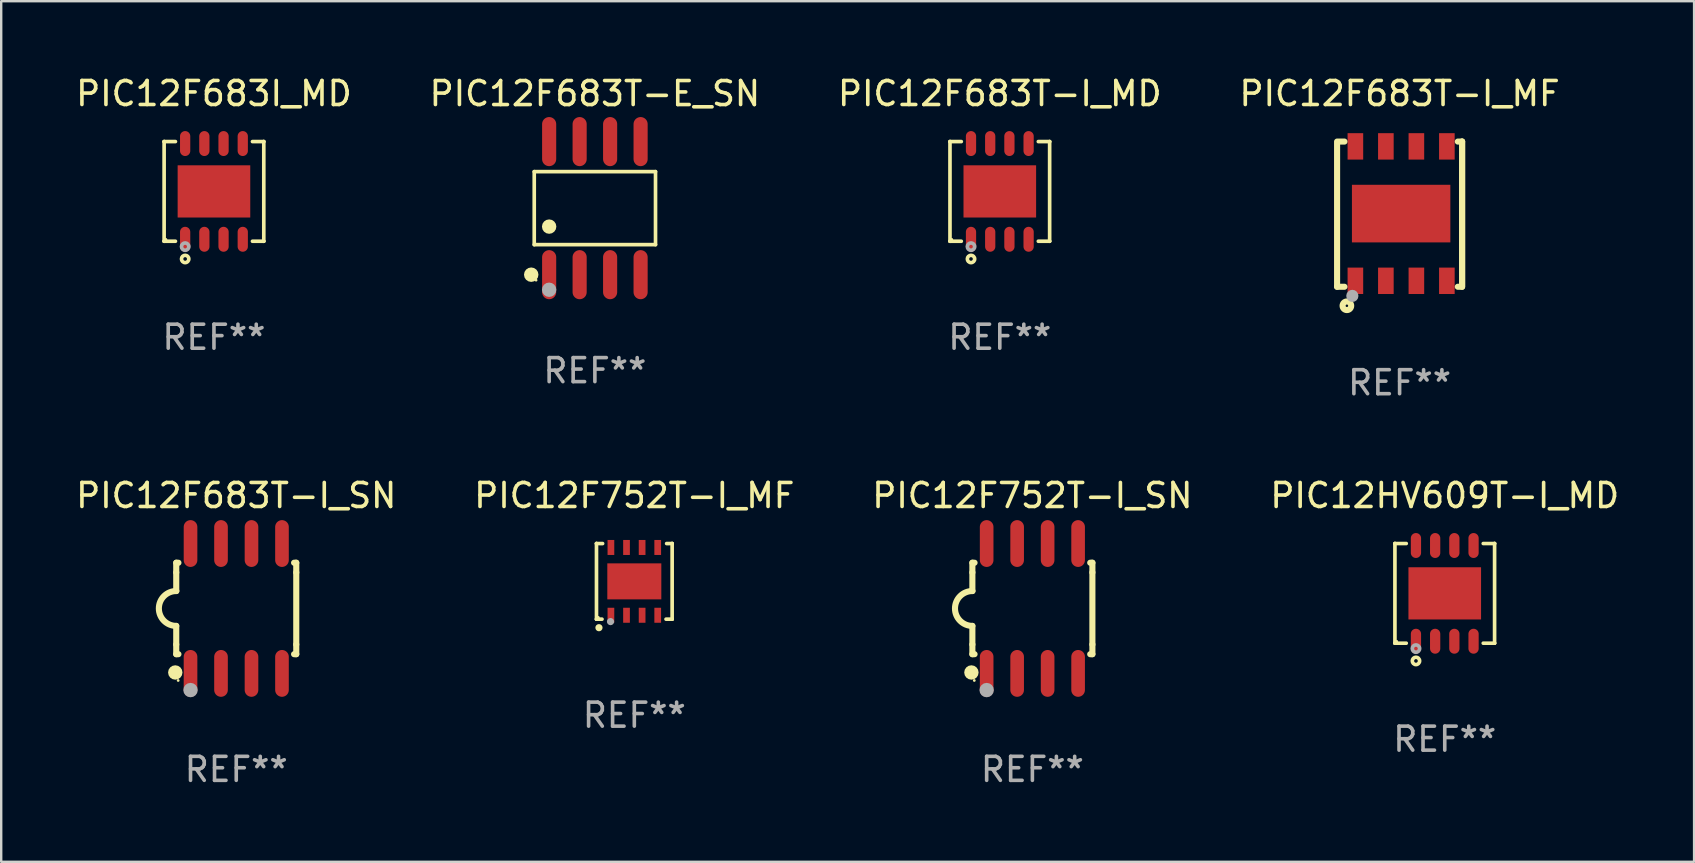
<source format=kicad_pcb>
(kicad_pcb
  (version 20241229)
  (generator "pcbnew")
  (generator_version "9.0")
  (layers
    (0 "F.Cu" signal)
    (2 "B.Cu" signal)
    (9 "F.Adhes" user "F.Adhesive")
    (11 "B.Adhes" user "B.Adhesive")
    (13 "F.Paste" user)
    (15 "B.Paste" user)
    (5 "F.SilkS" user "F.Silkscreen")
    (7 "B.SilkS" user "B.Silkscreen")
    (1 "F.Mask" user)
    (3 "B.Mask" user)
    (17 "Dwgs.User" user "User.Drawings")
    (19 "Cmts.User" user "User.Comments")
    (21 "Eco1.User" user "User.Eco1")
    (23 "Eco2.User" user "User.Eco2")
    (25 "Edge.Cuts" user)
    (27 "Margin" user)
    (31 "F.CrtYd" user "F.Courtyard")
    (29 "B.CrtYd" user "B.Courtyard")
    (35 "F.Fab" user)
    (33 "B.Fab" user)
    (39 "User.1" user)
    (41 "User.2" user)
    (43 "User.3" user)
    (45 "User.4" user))
  (footprint "PIC12F752T-I_MF"
    (layer "F.Cu")
    (at 23.375 21.169)
    (property "Reference" "PIC12F752T-I_MF" (at 0 -3.576 0) (layer "F.SilkS") (effects (font (size 1 1) (thickness 0.15))))
    (attr through_hole)
    (fp_line (start -1.576 -1.576) (end -1.576 -1.576) (stroke (width 0.152) (type solid)) (layer "F.SilkS"))
    (fp_line (start -1.576 -1.576) (end -1.576 1.576) (stroke (width 0.152) (type solid)) (layer "F.SilkS"))
    (fp_line (start -1.576 1.576) (end -1.576 1.576) (stroke (width 0.152) (type solid)) (layer "F.SilkS"))
    (fp_line (start -1.576 1.576) (end -1.346 1.575) (stroke (width 0.152) (type solid)) (layer "F.SilkS"))
    (fp_line (start -1.321 -1.575) (end -1.576 -1.576) (stroke (width 0.152) (type solid)) (layer "F.SilkS"))
    (fp_line (start 1.321 1.575) (end 1.576 1.576) (stroke (width 0.152) (type solid)) (layer "F.SilkS"))
    (fp_line (start 1.576 -1.576) (end 1.346 -1.575) (stroke (width 0.152) (type solid)) (layer "F.SilkS"))
    (fp_line (start 1.576 -1.576) (end 1.576 -1.576) (stroke (width 0.152) (type solid)) (layer "F.SilkS"))
    (fp_line (start 1.576 1.576) (end 1.576 -1.576) (stroke (width 0.152) (type solid)) (layer "F.SilkS"))
    (fp_line (start 1.576 1.576) (end 1.576 1.576) (stroke (width 0.152) (type solid)) (layer "F.SilkS"))
    (fp_circle (center -1.5 1.5) (end -1.47 1.5) (stroke (width 0.06) (type solid)) (fill no) (layer "F.SilkS"))
    (fp_circle (center -1.473 1.93) (end -1.398 1.93) (stroke (width 0.15) (type solid)) (fill no) (layer "F.SilkS"))
    (fp_circle (center -0.991 1.676) (end -0.916 1.676) (stroke (width 0.15) (type solid)) (fill no) (layer "F.Fab"))
    (fp_text user "REF**" (at 0 5.576 0) (layer "F.Fab") (effects (font (size 1 1) (thickness 0.15))))
    (pad "1" smd rect (at -0.975 1.412) (size 0.28 0.625) (layers "F.Cu" "F.Mask" "F.Paste"))
    (pad "2" smd rect (at -0.325 1.412) (size 0.28 0.625) (layers "F.Cu" "F.Mask" "F.Paste"))
    (pad "3" smd rect (at 0.325 1.412) (size 0.28 0.625) (layers "F.Cu" "F.Mask" "F.Paste"))
    (pad "4" smd rect (at 0.975 1.412) (size 0.28 0.625) (layers "F.Cu" "F.Mask" "F.Paste"))
    (pad "5" smd rect (at 0.975 -1.412) (size 0.28 0.625) (layers "F.Cu" "F.Mask" "F.Paste"))
    (pad "6" smd rect (at 0.325 -1.412) (size 0.28 0.625) (layers "F.Cu" "F.Mask" "F.Paste"))
    (pad "7" smd rect (at -0.325 -1.412) (size 0.28 0.625) (layers "F.Cu" "F.Mask" "F.Paste"))
    (pad "8" smd rect (at -0.975 -1.412) (size 0.28 0.625) (layers "F.Cu" "F.Mask" "F.Paste"))
    (pad "9" smd rect (at 0 0) (size 2.25 1.5) (layers "F.Cu" "F.Mask" "F.Paste")))
  (footprint "PIC12F683T-I_MF"
    (layer "F.Cu")
    (at 55.256 5.872)
    (property "Reference" "PIC12F683T-I_MF" (at 0 -5.024 0) (layer "F.SilkS") (effects (font (size 1 1) (thickness 0.15))))
    (attr through_hole)
    (fp_line (start -2.604 -2.945) (end -2.604 3.024) (stroke (width 0.254) (type solid)) (layer "F.SilkS"))
    (fp_line (start -2.604 3.024) (end -2.298 3.024) (stroke (width 0.254) (type solid)) (layer "F.SilkS"))
    (fp_line (start -2.298 -3.024) (end -2.604 -3.024) (stroke (width 0.254) (type solid)) (layer "F.SilkS"))
    (fp_line (start 2.425 3.024) (end 2.604 3.024) (stroke (width 0.254) (type solid)) (layer "F.SilkS"))
    (fp_line (start 2.604 -3.024) (end 2.425 -3.024) (stroke (width 0.254) (type solid)) (layer "F.SilkS"))
    (fp_line (start 2.604 -3.024) (end 2.604 2.976) (stroke (width 0.254) (type solid)) (layer "F.SilkS"))
    (fp_line (start 2.604 3.024) (end 2.604 -3.024) (stroke (width 0.254) (type solid)) (layer "F.SilkS"))
    (fp_circle (center -2.437 2.976) (end -2.407 2.976) (stroke (width 0.06) (type solid)) (fill no) (layer "F.SilkS"))
    (fp_circle (center -2.196 3.816) (end -2.017 3.816) (stroke (width 0.254) (type solid)) (fill no) (layer "F.SilkS"))
    (fp_circle (center -1.969 3.405) (end -1.842 3.405) (stroke (width 0.254) (type solid)) (fill no) (layer "F.Fab"))
    (fp_text user "REF**" (at 0 7.024 0) (layer "F.Fab") (effects (font (size 1 1) (thickness 0.15))))
    (pad "1" smd rect (at -1.842 2.776) (size 0.65 1.1) (layers "F.Cu" "F.Mask" "F.Paste"))
    (pad "2" smd rect (at -0.572 2.776) (size 0.65 1.1) (layers "F.Cu" "F.Mask" "F.Paste"))
    (pad "3" smd rect (at 0.699 2.776) (size 0.65 1.1) (layers "F.Cu" "F.Mask" "F.Paste"))
    (pad "4" smd rect (at 1.969 2.776) (size 0.65 1.1) (layers "F.Cu" "F.Mask" "F.Paste"))
    (pad "5" smd rect (at 1.969 -2.824) (size 0.65 1.1) (layers "F.Cu" "F.Mask" "F.Paste"))
    (pad "6" smd rect (at 0.699 -2.824) (size 0.65 1.1) (layers "F.Cu" "F.Mask" "F.Paste"))
    (pad "7" smd rect (at -0.572 -2.824) (size 0.65 1.1) (layers "F.Cu" "F.Mask" "F.Paste"))
    (pad "8" smd rect (at -1.842 -2.824) (size 0.65 1.1) (layers "F.Cu" "F.Mask" "F.Paste"))
    (pad "9" smd rect (at 0.064 -0.024) (size 4.1 2.4) (layers "F.Cu" "F.Mask" "F.Paste")))
  (footprint "PIC12F683I_MD"
    (layer "F.Cu")
    (at 5.863 4.924)
    (property "Reference" "PIC12F683I_MD" (at 0 -4.076 0) (layer "F.SilkS") (effects (font (size 1 1) (thickness 0.15))))
    (attr through_hole)
    (fp_line (start -2.076 -2.076) (end -2.076 -2.076) (stroke (width 0.152) (type solid)) (layer "F.SilkS"))
    (fp_line (start -2.076 -2.076) (end -1.604 -2.076) (stroke (width 0.152) (type solid)) (layer "F.SilkS"))
    (fp_line (start -2.076 2.076) (end -2.076 -2.076) (stroke (width 0.152) (type solid)) (layer "F.SilkS"))
    (fp_line (start -2.076 2.076) (end -2.076 2.076) (stroke (width 0.152) (type solid)) (layer "F.SilkS"))
    (fp_line (start -1.604 2.076) (end -2.076 2.076) (stroke (width 0.152) (type solid)) (layer "F.SilkS"))
    (fp_line (start 1.604 2.076) (end 2.076 2.076) (stroke (width 0.152) (type solid)) (layer "F.SilkS"))
    (fp_line (start 2.076 -2.076) (end 1.604 -2.076) (stroke (width 0.152) (type solid)) (layer "F.SilkS"))
    (fp_line (start 2.076 -2.076) (end 2.076 -2.076) (stroke (width 0.152) (type solid)) (layer "F.SilkS"))
    (fp_line (start 2.076 2.076) (end 2.076 -2.076) (stroke (width 0.152) (type solid)) (layer "F.SilkS"))
    (fp_line (start 2.076 2.076) (end 2.076 2.076) (stroke (width 0.152) (type solid)) (layer "F.SilkS"))
    (fp_circle (center -2 2) (end -1.97 2) (stroke (width 0.06) (type solid)) (fill no) (layer "F.SilkS"))
    (fp_circle (center -1.2 2.814) (end -1.124 2.814) (stroke (width 0.153) (type solid)) (fill no) (layer "F.SilkS"))
    (fp_circle (center -1.2 2.3) (end -1.124 2.3) (stroke (width 0.153) (type solid)) (fill no) (layer "F.Fab"))
    (fp_text user "REF**" (at 0 6.076 0) (layer "F.Fab") (effects (font (size 1 1) (thickness 0.15))))
    (pad "1" smd oval (at -1.2 1.994) (size 0.427 1.039) (layers "F.Cu" "F.Mask" "F.Paste"))
    (pad "2" smd oval (at -0.4 1.994) (size 0.427 1.039) (layers "F.Cu" "F.Mask" "F.Paste"))
    (pad "3" smd oval (at 0.4 1.994) (size 0.427 1.039) (layers "F.Cu" "F.Mask" "F.Paste"))
    (pad "4" smd oval (at 1.2 1.994) (size 0.427 1.039) (layers "F.Cu" "F.Mask" "F.Paste"))
    (pad "5" smd oval (at 1.2 -1.994) (size 0.427 1.039) (layers "F.Cu" "F.Mask" "F.Paste"))
    (pad "6" smd oval (at 0.4 -1.994) (size 0.427 1.039) (layers "F.Cu" "F.Mask" "F.Paste"))
    (pad "7" smd oval (at -0.4 -1.994) (size 0.427 1.039) (layers "F.Cu" "F.Mask" "F.Paste"))
    (pad "8" smd oval (at -1.2 -1.994) (size 0.427 1.039) (layers "F.Cu" "F.Mask" "F.Paste"))
    (pad "9" smd rect (at 0 0) (size 3.025 2.175) (layers "F.Cu" "F.Mask" "F.Paste")))
  (footprint "PIC12F683T-I_MD"
    (layer "F.Cu")
    (at 38.601 4.924)
    (property "Reference" "PIC12F683T-I_MD" (at 0 -4.076 0) (layer "F.SilkS") (effects (font (size 1 1) (thickness 0.15))))
    (attr through_hole)
    (fp_line (start -2.076 -2.076) (end -2.076 -2.076) (stroke (width 0.152) (type solid)) (layer "F.SilkS"))
    (fp_line (start -2.076 -2.076) (end -1.604 -2.076) (stroke (width 0.152) (type solid)) (layer "F.SilkS"))
    (fp_line (start -2.076 2.076) (end -2.076 -2.076) (stroke (width 0.152) (type solid)) (layer "F.SilkS"))
    (fp_line (start -2.076 2.076) (end -2.076 2.076) (stroke (width 0.152) (type solid)) (layer "F.SilkS"))
    (fp_line (start -1.604 2.076) (end -2.076 2.076) (stroke (width 0.152) (type solid)) (layer "F.SilkS"))
    (fp_line (start 1.604 2.076) (end 2.076 2.076) (stroke (width 0.152) (type solid)) (layer "F.SilkS"))
    (fp_line (start 2.076 -2.076) (end 1.604 -2.076) (stroke (width 0.152) (type solid)) (layer "F.SilkS"))
    (fp_line (start 2.076 -2.076) (end 2.076 -2.076) (stroke (width 0.152) (type solid)) (layer "F.SilkS"))
    (fp_line (start 2.076 2.076) (end 2.076 -2.076) (stroke (width 0.152) (type solid)) (layer "F.SilkS"))
    (fp_line (start 2.076 2.076) (end 2.076 2.076) (stroke (width 0.152) (type solid)) (layer "F.SilkS"))
    (fp_circle (center -2 2) (end -1.97 2) (stroke (width 0.06) (type solid)) (fill no) (layer "F.SilkS"))
    (fp_circle (center -1.2 2.814) (end -1.124 2.814) (stroke (width 0.153) (type solid)) (fill no) (layer "F.SilkS"))
    (fp_circle (center -1.2 2.3) (end -1.124 2.3) (stroke (width 0.153) (type solid)) (fill no) (layer "F.Fab"))
    (fp_text user "REF**" (at 0 6.076 0) (layer "F.Fab") (effects (font (size 1 1) (thickness 0.15))))
    (pad "1" smd oval (at -1.2 1.994) (size 0.427 1.039) (layers "F.Cu" "F.Mask" "F.Paste"))
    (pad "2" smd oval (at -0.4 1.994) (size 0.427 1.039) (layers "F.Cu" "F.Mask" "F.Paste"))
    (pad "3" smd oval (at 0.4 1.994) (size 0.427 1.039) (layers "F.Cu" "F.Mask" "F.Paste"))
    (pad "4" smd oval (at 1.2 1.994) (size 0.427 1.039) (layers "F.Cu" "F.Mask" "F.Paste"))
    (pad "5" smd oval (at 1.2 -1.994) (size 0.427 1.039) (layers "F.Cu" "F.Mask" "F.Paste"))
    (pad "6" smd oval (at 0.4 -1.994) (size 0.427 1.039) (layers "F.Cu" "F.Mask" "F.Paste"))
    (pad "7" smd oval (at -0.4 -1.994) (size 0.427 1.039) (layers "F.Cu" "F.Mask" "F.Paste"))
    (pad "8" smd oval (at -1.2 -1.994) (size 0.427 1.039) (layers "F.Cu" "F.Mask" "F.Paste"))
    (pad "9" smd rect (at 0 0) (size 3.025 2.175) (layers "F.Cu" "F.Mask" "F.Paste")))
  (footprint "PIC12F752T-I_SN"
    (layer "F.Cu")
    (at 39.958 22.298)
    (property "Reference" "PIC12F752T-I_SN" (at 0 -4.705 0) (layer "F.SilkS") (effects (font (size 1 1) (thickness 0.15))))
    (attr through_hole)
    (fp_line (start -2.5 -1.905) (end -2.409 -1.905) (stroke (width 0.254) (type solid)) (layer "F.SilkS"))
    (fp_line (start -2.5 -1.5) (end -2.5 -1.905) (stroke (width 0.254) (type solid)) (layer "F.SilkS"))
    (fp_line (start -2.5 -1.5) (end -2.5 -0.726) (stroke (width 0.254) (type solid)) (layer "F.SilkS"))
    (fp_line (start -2.5 1.5) (end -2.5 0.727) (stroke (width 0.254) (type solid)) (layer "F.SilkS"))
    (fp_line (start -2.5 1.5) (end -2.5 1.905) (stroke (width 0.254) (type solid)) (layer "F.SilkS"))
    (fp_line (start -2.5 1.905) (end -2.409 1.905) (stroke (width 0.254) (type solid)) (layer "F.SilkS"))
    (fp_line (start 2.5 -1.905) (end 2.409 -1.905) (stroke (width 0.254) (type solid)) (layer "F.SilkS"))
    (fp_line (start 2.5 -1.5) (end 2.5 -1.905) (stroke (width 0.254) (type solid)) (layer "F.SilkS"))
    (fp_line (start 2.5 -1.5) (end 2.5 1.5) (stroke (width 0.254) (type solid)) (layer "F.SilkS"))
    (fp_line (start 2.5 1.5) (end 2.5 1.905) (stroke (width 0.254) (type solid)) (layer "F.SilkS"))
    (fp_line (start 2.5 1.905) (end 2.409 1.905) (stroke (width 0.254) (type solid)) (layer "F.SilkS"))
    (fp_arc (start -2.5 0.726568) (mid -3.220316 -0.0023) (end -2.495097 -0.726289) (stroke (width 0.254001) (type solid)) (layer "F.SilkS"))
    (fp_circle (center -2.54 2.667) (end -2.39 2.667) (stroke (width 0.3) (type solid)) (fill no) (layer "F.SilkS"))
    (fp_circle (center -2.42 3) (end -2.39 3) (stroke (width 0.06) (type solid)) (fill no) (layer "F.SilkS"))
    (fp_circle (center -1.905 3.4) (end -1.755 3.4) (stroke (width 0.3) (type solid)) (fill no) (layer "F.Fab"))
    (fp_text user "REF**" (at 0 6.705 0) (layer "F.Fab") (effects (font (size 1 1) (thickness 0.15))))
    (pad "1" smd oval (at -1.905 2.705) (size 0.568 1.95) (layers "F.Cu" "F.Mask" "F.Paste"))
    (pad "2" smd oval (at -0.635 2.705) (size 0.568 1.95) (layers "F.Cu" "F.Mask" "F.Paste"))
    (pad "3" smd oval (at 0.635 2.705) (size 0.568 1.95) (layers "F.Cu" "F.Mask" "F.Paste"))
    (pad "4" smd oval (at 1.905 2.705) (size 0.568 1.95) (layers "F.Cu" "F.Mask" "F.Paste"))
    (pad "5" smd oval (at 1.905 -2.705) (size 0.568 1.95) (layers "F.Cu" "F.Mask" "F.Paste"))
    (pad "6" smd oval (at 0.635 -2.705) (size 0.568 1.95) (layers "F.Cu" "F.Mask" "F.Paste"))
    (pad "7" smd oval (at -0.635 -2.705) (size 0.568 1.95) (layers "F.Cu" "F.Mask" "F.Paste"))
    (pad "8" smd oval (at -1.905 -2.705) (size 0.568 1.95) (layers "F.Cu" "F.Mask" "F.Paste")))
  (footprint "PIC12F683T-E_SN"
    (layer "F.Cu")
    (at 21.732 5.621)
    (property "Reference" "PIC12F683T-E_SN" (at 0 -4.772 0) (layer "F.SilkS") (effects (font (size 1 1) (thickness 0.15))))
    (attr through_hole)
    (fp_line (start -2.526 -1.521) (end 2.526 -1.521) (stroke (width 0.152) (type solid)) (layer "F.SilkS"))
    (fp_line (start -2.526 1.521) (end -2.526 -1.521) (stroke (width 0.152) (type solid)) (layer "F.SilkS"))
    (fp_line (start 2.526 -1.521) (end 2.526 1.521) (stroke (width 0.152) (type solid)) (layer "F.SilkS"))
    (fp_line (start 2.526 1.521) (end -2.526 1.521) (stroke (width 0.152) (type solid)) (layer "F.SilkS"))
    (fp_circle (center -2.652 2.772) (end -2.501 2.772) (stroke (width 0.3) (type solid)) (fill no) (layer "F.SilkS"))
    (fp_circle (center -2.45 3) (end -2.42 3) (stroke (width 0.06) (type solid)) (fill no) (layer "F.SilkS"))
    (fp_circle (center -1.905 0.769) (end -1.755 0.769) (stroke (width 0.3) (type solid)) (fill no) (layer "F.SilkS"))
    (fp_circle (center -1.905 3.4) (end -1.755 3.4) (stroke (width 0.3) (type solid)) (fill no) (layer "F.Fab"))
    (fp_text user "REF**" (at 0 6.772 0) (layer "F.Fab") (effects (font (size 1 1) (thickness 0.15))))
    (pad "1" smd oval (at -1.905 2.772) (size 0.588 2.045) (layers "F.Cu" "F.Mask" "F.Paste"))
    (pad "2" smd oval (at -0.635 2.772) (size 0.588 2.045) (layers "F.Cu" "F.Mask" "F.Paste"))
    (pad "3" smd oval (at 0.635 2.772) (size 0.588 2.045) (layers "F.Cu" "F.Mask" "F.Paste"))
    (pad "4" smd oval (at 1.905 2.772) (size 0.588 2.045) (layers "F.Cu" "F.Mask" "F.Paste"))
    (pad "5" smd oval (at 1.905 -2.772) (size 0.588 2.045) (layers "F.Cu" "F.Mask" "F.Paste"))
    (pad "6" smd oval (at 0.635 -2.772) (size 0.588 2.045) (layers "F.Cu" "F.Mask" "F.Paste"))
    (pad "7" smd oval (at -0.635 -2.772) (size 0.588 2.045) (layers "F.Cu" "F.Mask" "F.Paste"))
    (pad "8" smd oval (at -1.905 -2.772) (size 0.588 2.045) (layers "F.Cu" "F.Mask" "F.Paste")))
  (footprint "PIC12HV609T-I_MD"
    (layer "F.Cu")
    (at 57.137 21.669)
    (property "Reference" "PIC12HV609T-I_MD" (at 0 -4.076 0) (layer "F.SilkS") (effects (font (size 1 1) (thickness 0.15))))
    (attr through_hole)
    (fp_line (start -2.076 -2.076) (end -2.076 -2.076) (stroke (width 0.152) (type solid)) (layer "F.SilkS"))
    (fp_line (start -2.076 -2.076) (end -1.604 -2.076) (stroke (width 0.152) (type solid)) (layer "F.SilkS"))
    (fp_line (start -2.076 2.076) (end -2.076 -2.076) (stroke (width 0.152) (type solid)) (layer "F.SilkS"))
    (fp_line (start -2.076 2.076) (end -2.076 2.076) (stroke (width 0.152) (type solid)) (layer "F.SilkS"))
    (fp_line (start -1.604 2.076) (end -2.076 2.076) (stroke (width 0.152) (type solid)) (layer "F.SilkS"))
    (fp_line (start 1.604 2.076) (end 2.076 2.076) (stroke (width 0.152) (type solid)) (layer "F.SilkS"))
    (fp_line (start 2.076 -2.076) (end 1.604 -2.076) (stroke (width 0.152) (type solid)) (layer "F.SilkS"))
    (fp_line (start 2.076 -2.076) (end 2.076 -2.076) (stroke (width 0.152) (type solid)) (layer "F.SilkS"))
    (fp_line (start 2.076 2.076) (end 2.076 -2.076) (stroke (width 0.152) (type solid)) (layer "F.SilkS"))
    (fp_line (start 2.076 2.076) (end 2.076 2.076) (stroke (width 0.152) (type solid)) (layer "F.SilkS"))
    (fp_circle (center -2 2) (end -1.97 2) (stroke (width 0.06) (type solid)) (fill no) (layer "F.SilkS"))
    (fp_circle (center -1.2 2.814) (end -1.124 2.814) (stroke (width 0.153) (type solid)) (fill no) (layer "F.SilkS"))
    (fp_circle (center -1.2 2.3) (end -1.124 2.3) (stroke (width 0.153) (type solid)) (fill no) (layer "F.Fab"))
    (fp_text user "REF**" (at 0 6.076 0) (layer "F.Fab") (effects (font (size 1 1) (thickness 0.15))))
    (pad "1" smd oval (at -1.2 1.994) (size 0.427 1.039) (layers "F.Cu" "F.Mask" "F.Paste"))
    (pad "2" smd oval (at -0.4 1.994) (size 0.427 1.039) (layers "F.Cu" "F.Mask" "F.Paste"))
    (pad "3" smd oval (at 0.4 1.994) (size 0.427 1.039) (layers "F.Cu" "F.Mask" "F.Paste"))
    (pad "4" smd oval (at 1.2 1.994) (size 0.427 1.039) (layers "F.Cu" "F.Mask" "F.Paste"))
    (pad "5" smd oval (at 1.2 -1.994) (size 0.427 1.039) (layers "F.Cu" "F.Mask" "F.Paste"))
    (pad "6" smd oval (at 0.4 -1.994) (size 0.427 1.039) (layers "F.Cu" "F.Mask" "F.Paste"))
    (pad "7" smd oval (at -0.4 -1.994) (size 0.427 1.039) (layers "F.Cu" "F.Mask" "F.Paste"))
    (pad "8" smd oval (at -1.2 -1.994) (size 0.427 1.039) (layers "F.Cu" "F.Mask" "F.Paste"))
    (pad "9" smd rect (at 0 0) (size 3.025 2.175) (layers "F.Cu" "F.Mask" "F.Paste")))
  (footprint "PIC12F683T-I_SN"
    (layer "F.Cu")
    (at 6.792 22.298)
    (property "Reference" "PIC12F683T-I_SN" (at 0 -4.705 0) (layer "F.SilkS") (effects (font (size 1 1) (thickness 0.15))))
    (attr through_hole)
    (fp_line (start -2.5 -1.905) (end -2.409 -1.905) (stroke (width 0.254) (type solid)) (layer "F.SilkS"))
    (fp_line (start -2.5 -1.5) (end -2.5 -1.905) (stroke (width 0.254) (type solid)) (layer "F.SilkS"))
    (fp_line (start -2.5 -1.5) (end -2.5 -0.726) (stroke (width 0.254) (type solid)) (layer "F.SilkS"))
    (fp_line (start -2.5 1.5) (end -2.5 0.727) (stroke (width 0.254) (type solid)) (layer "F.SilkS"))
    (fp_line (start -2.5 1.5) (end -2.5 1.905) (stroke (width 0.254) (type solid)) (layer "F.SilkS"))
    (fp_line (start -2.5 1.905) (end -2.409 1.905) (stroke (width 0.254) (type solid)) (layer "F.SilkS"))
    (fp_line (start 2.5 -1.905) (end 2.409 -1.905) (stroke (width 0.254) (type solid)) (layer "F.SilkS"))
    (fp_line (start 2.5 -1.5) (end 2.5 -1.905) (stroke (width 0.254) (type solid)) (layer "F.SilkS"))
    (fp_line (start 2.5 -1.5) (end 2.5 1.5) (stroke (width 0.254) (type solid)) (layer "F.SilkS"))
    (fp_line (start 2.5 1.5) (end 2.5 1.905) (stroke (width 0.254) (type solid)) (layer "F.SilkS"))
    (fp_line (start 2.5 1.905) (end 2.409 1.905) (stroke (width 0.254) (type solid)) (layer "F.SilkS"))
    (fp_arc (start -2.5 0.726568) (mid -3.220316 -0.0023) (end -2.495097 -0.726289) (stroke (width 0.254001) (type solid)) (layer "F.SilkS"))
    (fp_circle (center -2.54 2.667) (end -2.39 2.667) (stroke (width 0.3) (type solid)) (fill no) (layer "F.SilkS"))
    (fp_circle (center -2.42 3) (end -2.39 3) (stroke (width 0.06) (type solid)) (fill no) (layer "F.SilkS"))
    (fp_circle (center -1.905 3.4) (end -1.755 3.4) (stroke (width 0.3) (type solid)) (fill no) (layer "F.Fab"))
    (fp_text user "REF**" (at 0 6.705 0) (layer "F.Fab") (effects (font (size 1 1) (thickness 0.15))))
    (pad "1" smd oval (at -1.905 2.705) (size 0.568 1.95) (layers "F.Cu" "F.Mask" "F.Paste"))
    (pad "2" smd oval (at -0.635 2.705) (size 0.568 1.95) (layers "F.Cu" "F.Mask" "F.Paste"))
    (pad "3" smd oval (at 0.635 2.705) (size 0.568 1.95) (layers "F.Cu" "F.Mask" "F.Paste"))
    (pad "4" smd oval (at 1.905 2.705) (size 0.568 1.95) (layers "F.Cu" "F.Mask" "F.Paste"))
    (pad "5" smd oval (at 1.905 -2.705) (size 0.568 1.95) (layers "F.Cu" "F.Mask" "F.Paste"))
    (pad "6" smd oval (at 0.635 -2.705) (size 0.568 1.95) (layers "F.Cu" "F.Mask" "F.Paste"))
    (pad "7" smd oval (at -0.635 -2.705) (size 0.568 1.95) (layers "F.Cu" "F.Mask" "F.Paste"))
    (pad "8" smd oval (at -1.905 -2.705) (size 0.568 1.95) (layers "F.Cu" "F.Mask" "F.Paste")))
  (gr_rect
    (start -3 -3)
    (end 67.524 32.851)
    (stroke (width 0.1) (type default))
    (fill no)
    (layer "Edge.Cuts")))
</source>
